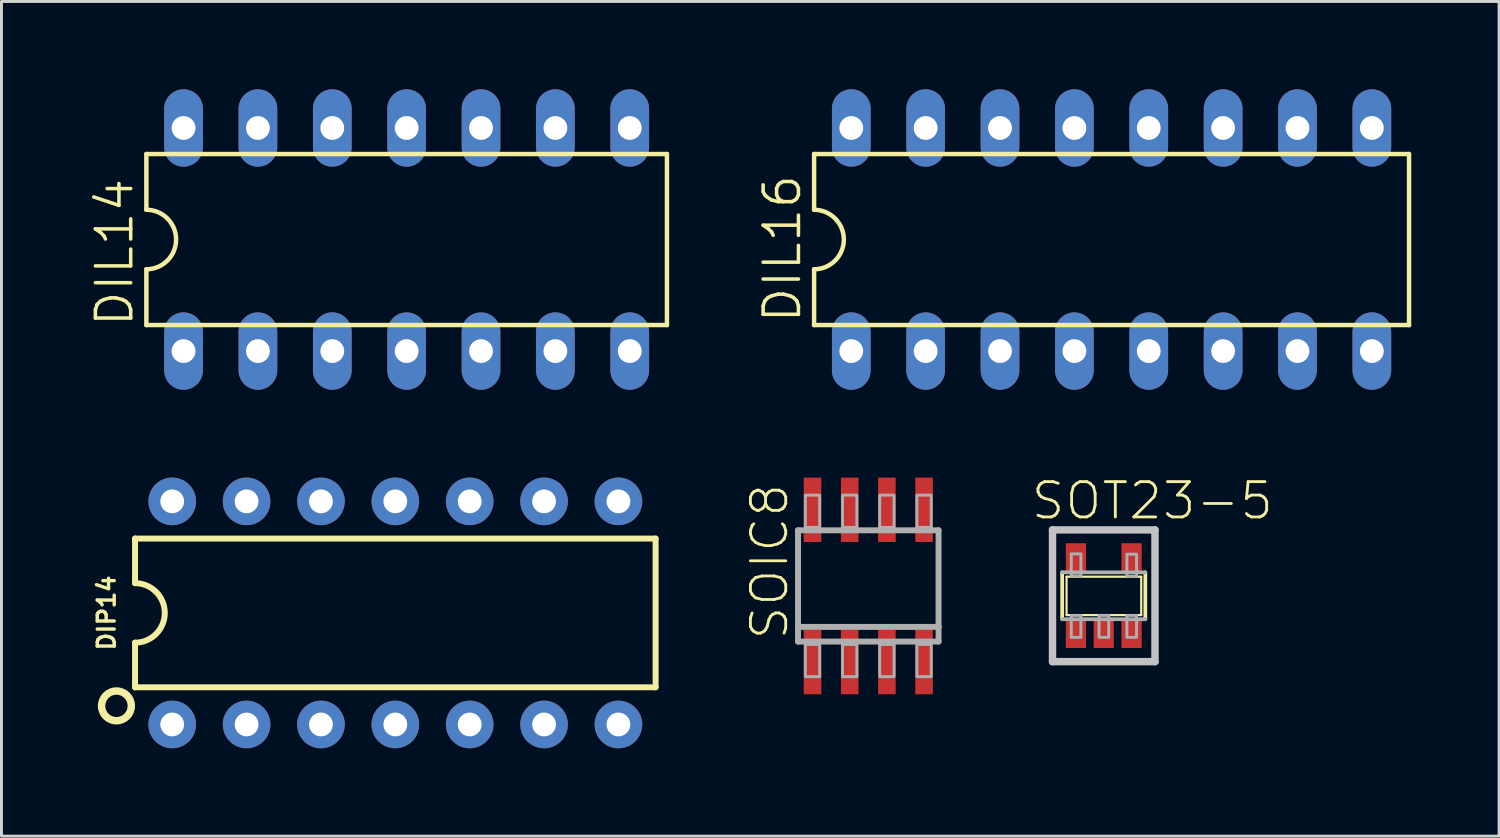
<source format=kicad_pcb>
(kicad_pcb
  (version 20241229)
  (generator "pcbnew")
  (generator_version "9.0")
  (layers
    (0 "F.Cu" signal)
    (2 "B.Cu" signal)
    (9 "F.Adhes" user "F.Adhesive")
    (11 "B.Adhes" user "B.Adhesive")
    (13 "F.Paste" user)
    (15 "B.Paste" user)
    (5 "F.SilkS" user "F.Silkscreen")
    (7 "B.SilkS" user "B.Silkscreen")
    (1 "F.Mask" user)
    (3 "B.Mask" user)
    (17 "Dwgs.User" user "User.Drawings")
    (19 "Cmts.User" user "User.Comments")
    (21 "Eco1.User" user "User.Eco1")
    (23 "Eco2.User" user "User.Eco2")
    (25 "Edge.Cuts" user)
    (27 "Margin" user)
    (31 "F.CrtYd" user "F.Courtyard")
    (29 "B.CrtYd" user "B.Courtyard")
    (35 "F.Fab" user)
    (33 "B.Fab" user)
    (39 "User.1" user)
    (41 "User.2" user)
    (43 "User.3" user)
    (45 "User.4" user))
  (footprint "DIL16"
    (layer "F.Cu")
    (at 34.915 5.131)
    (property "Reference" "DIL16" (at -10.541 2.921 90) (layer "F.SilkS") (effects (font (size 1.206 1.206) (thickness 0.121)) (justify left bottom)))
    (attr through_hole)
    (fp_line (start -10.16 -2.921) (end -10.16 -1.016) (stroke (width 0.152) (type solid)) (layer "F.SilkS"))
    (fp_line (start -10.16 2.921) (end -10.16 1.016) (stroke (width 0.152) (type solid)) (layer "F.SilkS"))
    (fp_line (start -10.16 2.921) (end 10.16 2.921) (stroke (width 0.152) (type solid)) (layer "F.SilkS"))
    (fp_line (start 10.16 -2.921) (end -10.16 -2.921) (stroke (width 0.152) (type solid)) (layer "F.SilkS"))
    (fp_line (start 10.16 -2.921) (end 10.16 2.921) (stroke (width 0.152) (type solid)) (layer "F.SilkS"))
    (fp_arc (start -10.16 -1.016) (mid -9.144 0) (end -10.16 1.016) (stroke (width 0.1524) (type solid)) (layer "F.SilkS"))
    (pad "1" thru_hole oval (at -8.89 3.81 90) (size 2.642 1.321) (drill 0.813) (layers "*.Cu" "*.Mask"))
    (pad "2" thru_hole oval (at -6.35 3.81 90) (size 2.642 1.321) (drill 0.813) (layers "*.Cu" "*.Mask"))
    (pad "3" thru_hole oval (at -3.81 3.81 90) (size 2.642 1.321) (drill 0.813) (layers "*.Cu" "*.Mask"))
    (pad "4" thru_hole oval (at -1.27 3.81 90) (size 2.642 1.321) (drill 0.813) (layers "*.Cu" "*.Mask"))
    (pad "5" thru_hole oval (at 1.27 3.81 90) (size 2.642 1.321) (drill 0.813) (layers "*.Cu" "*.Mask"))
    (pad "6" thru_hole oval (at 3.81 3.81 90) (size 2.642 1.321) (drill 0.813) (layers "*.Cu" "*.Mask"))
    (pad "7" thru_hole oval (at 6.35 3.81 90) (size 2.642 1.321) (drill 0.813) (layers "*.Cu" "*.Mask"))
    (pad "8" thru_hole oval (at 8.89 3.81 90) (size 2.642 1.321) (drill 0.813) (layers "*.Cu" "*.Mask"))
    (pad "9" thru_hole oval (at 8.89 -3.81 90) (size 2.642 1.321) (drill 0.813) (layers "*.Cu" "*.Mask"))
    (pad "10" thru_hole oval (at 6.35 -3.81 90) (size 2.642 1.321) (drill 0.813) (layers "*.Cu" "*.Mask"))
    (pad "11" thru_hole oval (at 3.81 -3.81 90) (size 2.642 1.321) (drill 0.813) (layers "*.Cu" "*.Mask"))
    (pad "12" thru_hole oval (at 1.27 -3.81 90) (size 2.642 1.321) (drill 0.813) (layers "*.Cu" "*.Mask"))
    (pad "13" thru_hole oval (at -1.27 -3.81 90) (size 2.642 1.321) (drill 0.813) (layers "*.Cu" "*.Mask"))
    (pad "14" thru_hole oval (at -3.81 -3.81 90) (size 2.642 1.321) (drill 0.813) (layers "*.Cu" "*.Mask"))
    (pad "15" thru_hole oval (at -6.35 -3.81 90) (size 2.642 1.321) (drill 0.813) (layers "*.Cu" "*.Mask"))
    (pad "16" thru_hole oval (at -8.89 -3.81 90) (size 2.642 1.321) (drill 0.813) (layers "*.Cu" "*.Mask")))
  (footprint "DIP14"
    (layer "F.Cu")
    (at 10.452 17.884)
    (property "Reference" "DIP14" (at -9.525 0 90) (layer "F.SilkS") (effects (font (size 0.579 0.579) (thickness 0.116)) (justify bottom)))
    (attr through_hole)
    (fp_line (start -8.89 -2.54) (end -8.89 -1.016) (stroke (width 0.203) (type solid)) (layer "F.SilkS"))
    (fp_line (start -8.89 2.54) (end -8.89 1.016) (stroke (width 0.203) (type solid)) (layer "F.SilkS"))
    (fp_line (start -8.89 2.54) (end 8.89 2.54) (stroke (width 0.203) (type solid)) (layer "F.SilkS"))
    (fp_line (start 8.89 -2.54) (end -8.89 -2.54) (stroke (width 0.203) (type solid)) (layer "F.SilkS"))
    (fp_line (start 8.89 -2.54) (end 8.89 2.54) (stroke (width 0.203) (type solid)) (layer "F.SilkS"))
    (fp_arc (start -8.89 -1.016) (mid -7.874 0) (end -8.89 1.016) (stroke (width 0.2032) (type solid)) (layer "F.SilkS"))
    (fp_circle (center -9.525 3.175) (end -9.017 3.175) (stroke (width 0.254) (type solid)) (fill no) (layer "F.SilkS"))
    (pad "1" thru_hole circle (at -7.62 3.81 90) (size 1.626 1.626) (drill 0.813) (layers "*.Cu" "*.Mask"))
    (pad "2" thru_hole circle (at -5.08 3.81 90) (size 1.626 1.626) (drill 0.813) (layers "*.Cu" "*.Mask"))
    (pad "3" thru_hole circle (at -2.54 3.81 90) (size 1.626 1.626) (drill 0.813) (layers "*.Cu" "*.Mask"))
    (pad "4" thru_hole circle (at 0 3.81 90) (size 1.626 1.626) (drill 0.813) (layers "*.Cu" "*.Mask"))
    (pad "5" thru_hole circle (at 2.54 3.81 90) (size 1.626 1.626) (drill 0.813) (layers "*.Cu" "*.Mask"))
    (pad "6" thru_hole circle (at 5.08 3.81 90) (size 1.626 1.626) (drill 0.813) (layers "*.Cu" "*.Mask"))
    (pad "7" thru_hole circle (at 7.62 3.81 90) (size 1.626 1.626) (drill 0.813) (layers "*.Cu" "*.Mask"))
    (pad "8" thru_hole circle (at 7.62 -3.81 90) (size 1.626 1.626) (drill 0.813) (layers "*.Cu" "*.Mask"))
    (pad "9" thru_hole circle (at 5.08 -3.81 90) (size 1.626 1.626) (drill 0.813) (layers "*.Cu" "*.Mask"))
    (pad "10" thru_hole circle (at 2.54 -3.81 90) (size 1.626 1.626) (drill 0.813) (layers "*.Cu" "*.Mask"))
    (pad "11" thru_hole circle (at 0 -3.81 90) (size 1.626 1.626) (drill 0.813) (layers "*.Cu" "*.Mask"))
    (pad "12" thru_hole circle (at -2.54 -3.81 90) (size 1.626 1.626) (drill 0.813) (layers "*.Cu" "*.Mask"))
    (pad "13" thru_hole circle (at -5.08 -3.81 90) (size 1.626 1.626) (drill 0.813) (layers "*.Cu" "*.Mask"))
    (pad "14" thru_hole circle (at -7.62 -3.81 90) (size 1.626 1.626) (drill 0.813) (layers "*.Cu" "*.Mask")))
  (footprint "SOIC8"
    (layer "F.Cu")
    (at 26.606 16.962)
    (property "Reference" "SOIC8" (at -2.667 1.905 270) (layer "F.SilkS") (effects (font (size 1.206 1.206) (thickness 0.097)) (justify left bottom)))
    (attr through_hole)
    (fp_line (start -2.4 -1.9) (end 2.4 -1.9) (stroke (width 0.203) (type solid)) (layer "F.Fab"))
    (fp_line (start -2.4 1.4) (end -2.4 -1.9) (stroke (width 0.203) (type solid)) (layer "F.Fab"))
    (fp_line (start -2.4 1.9) (end -2.4 1.4) (stroke (width 0.203) (type solid)) (layer "F.Fab"))
    (fp_line (start 2.4 -1.9) (end 2.4 1.4) (stroke (width 0.203) (type solid)) (layer "F.Fab"))
    (fp_line (start 2.4 1.4) (end -2.4 1.4) (stroke (width 0.203) (type solid)) (layer "F.Fab"))
    (fp_line (start 2.4 1.4) (end 2.4 1.9) (stroke (width 0.203) (type solid)) (layer "F.Fab"))
    (fp_line (start 2.4 1.9) (end -2.4 1.9) (stroke (width 0.203) (type solid)) (layer "F.Fab"))
    (fp_poly (pts (xy -2.15 -2) (xy -1.66 -2) (xy -1.66 -3.1) (xy -2.15 -3.1)) (stroke (width 0.1) (type solid)) (fill no) (layer "F.Fab"))
    (fp_poly (pts (xy -2.15 3.1) (xy -1.66 3.1) (xy -1.66 2) (xy -2.15 2)) (stroke (width 0.1) (type solid)) (fill no) (layer "F.Fab"))
    (fp_poly (pts (xy -0.88 -2) (xy -0.39 -2) (xy -0.39 -3.1) (xy -0.88 -3.1)) (stroke (width 0.1) (type solid)) (fill no) (layer "F.Fab"))
    (fp_poly (pts (xy -0.88 3.1) (xy -0.39 3.1) (xy -0.39 2) (xy -0.88 2)) (stroke (width 0.1) (type solid)) (fill no) (layer "F.Fab"))
    (fp_poly (pts (xy 0.39 -2) (xy 0.88 -2) (xy 0.88 -3.1) (xy 0.39 -3.1)) (stroke (width 0.1) (type solid)) (fill no) (layer "F.Fab"))
    (fp_poly (pts (xy 0.39 3.1) (xy 0.88 3.1) (xy 0.88 2) (xy 0.39 2)) (stroke (width 0.1) (type solid)) (fill no) (layer "F.Fab"))
    (fp_poly (pts (xy 1.66 -2) (xy 2.15 -2) (xy 2.15 -3.1) (xy 1.66 -3.1)) (stroke (width 0.1) (type solid)) (fill no) (layer "F.Fab"))
    (fp_poly (pts (xy 1.66 3.1) (xy 2.15 3.1) (xy 2.15 2) (xy 1.66 2)) (stroke (width 0.1) (type solid)) (fill no) (layer "F.Fab"))
    (pad "1" smd rect (at -1.905 2.6) (size 0.6 2.2) (layers "F.Cu" "F.Mask" "F.Paste"))
    (pad "2" smd rect (at -0.635 2.6) (size 0.6 2.2) (layers "F.Cu" "F.Mask" "F.Paste"))
    (pad "3" smd rect (at 0.635 2.6) (size 0.6 2.2) (layers "F.Cu" "F.Mask" "F.Paste"))
    (pad "4" smd rect (at 1.905 2.6) (size 0.6 2.2) (layers "F.Cu" "F.Mask" "F.Paste"))
    (pad "5" smd rect (at 1.905 -2.6) (size 0.6 2.2) (layers "F.Cu" "F.Mask" "F.Paste"))
    (pad "6" smd rect (at 0.635 -2.6) (size 0.6 2.2) (layers "F.Cu" "F.Mask" "F.Paste"))
    (pad "7" smd rect (at -0.635 -2.6) (size 0.6 2.2) (layers "F.Cu" "F.Mask" "F.Paste"))
    (pad "8" smd rect (at -1.905 -2.6) (size 0.6 2.2) (layers "F.Cu" "F.Mask" "F.Paste")))
  (footprint "DIL14"
    (layer "F.Cu")
    (at 10.839 5.131)
    (property "Reference" "DIL14" (at -9.271 3.048 270) (layer "F.SilkS") (effects (font (size 1.206 1.206) (thickness 0.121)) (justify left bottom)))
    (attr through_hole)
    (fp_line (start -8.89 -2.921) (end -8.89 -1.016) (stroke (width 0.152) (type solid)) (layer "F.SilkS"))
    (fp_line (start -8.89 2.921) (end -8.89 1.016) (stroke (width 0.152) (type solid)) (layer "F.SilkS"))
    (fp_line (start -8.89 2.921) (end 8.89 2.921) (stroke (width 0.152) (type solid)) (layer "F.SilkS"))
    (fp_line (start 8.89 -2.921) (end -8.89 -2.921) (stroke (width 0.152) (type solid)) (layer "F.SilkS"))
    (fp_line (start 8.89 -2.921) (end 8.89 2.921) (stroke (width 0.152) (type solid)) (layer "F.SilkS"))
    (fp_arc (start -8.89 -1.016) (mid -7.874 0) (end -8.89 1.016) (stroke (width 0.1524) (type solid)) (layer "F.SilkS"))
    (pad "1" thru_hole oval (at -7.62 3.81 90) (size 2.642 1.321) (drill 0.813) (layers "*.Cu" "*.Mask"))
    (pad "2" thru_hole oval (at -5.08 3.81 90) (size 2.642 1.321) (drill 0.813) (layers "*.Cu" "*.Mask"))
    (pad "3" thru_hole oval (at -2.54 3.81 90) (size 2.642 1.321) (drill 0.813) (layers "*.Cu" "*.Mask"))
    (pad "4" thru_hole oval (at 0 3.81 90) (size 2.642 1.321) (drill 0.813) (layers "*.Cu" "*.Mask"))
    (pad "5" thru_hole oval (at 2.54 3.81 90) (size 2.642 1.321) (drill 0.813) (layers "*.Cu" "*.Mask"))
    (pad "6" thru_hole oval (at 5.08 3.81 90) (size 2.642 1.321) (drill 0.813) (layers "*.Cu" "*.Mask"))
    (pad "7" thru_hole oval (at 7.62 3.81 90) (size 2.642 1.321) (drill 0.813) (layers "*.Cu" "*.Mask"))
    (pad "8" thru_hole oval (at 7.62 -3.81 90) (size 2.642 1.321) (drill 0.813) (layers "*.Cu" "*.Mask"))
    (pad "9" thru_hole oval (at 5.08 -3.81 90) (size 2.642 1.321) (drill 0.813) (layers "*.Cu" "*.Mask"))
    (pad "10" thru_hole oval (at 2.54 -3.81 90) (size 2.642 1.321) (drill 0.813) (layers "*.Cu" "*.Mask"))
    (pad "11" thru_hole oval (at 0 -3.81 90) (size 2.642 1.321) (drill 0.813) (layers "*.Cu" "*.Mask"))
    (pad "12" thru_hole oval (at -2.54 -3.81 90) (size 2.642 1.321) (drill 0.813) (layers "*.Cu" "*.Mask"))
    (pad "13" thru_hole oval (at -5.08 -3.81 90) (size 2.642 1.321) (drill 0.813) (layers "*.Cu" "*.Mask"))
    (pad "14" thru_hole oval (at -7.62 -3.81 90) (size 2.642 1.321) (drill 0.813) (layers "*.Cu" "*.Mask")))
  (footprint "SOT23-5"
    (layer "F.Cu")
    (at 34.648 17.298)
    (property "Reference" "SOT23-5" (at -2.54 -2.54 0) (layer "F.SilkS") (effects (font (size 1.206 1.206) (thickness 0.097)) (justify left bottom)))
    (attr through_hole)
    (fp_line (start -1.42 0.8) (end -1.42 -0.8) (stroke (width 0.127) (type solid)) (layer "F.SilkS"))
    (fp_line (start -1.27 -0.65) (end 1.28 -0.65) (stroke (width 0.075) (type solid)) (layer "F.SilkS"))
    (fp_line (start -1.27 0.66) (end -1.27 -0.65) (stroke (width 0.075) (type solid)) (layer "F.SilkS"))
    (fp_line (start 0 1.29) (end 0 1.3) (stroke (width 0.01) (type solid)) (layer "F.SilkS"))
    (fp_line (start 1.28 -0.65) (end 1.28 0.66) (stroke (width 0.075) (type solid)) (layer "F.SilkS"))
    (fp_line (start 1.28 0.66) (end -1.27 0.66) (stroke (width 0.075) (type solid)) (layer "F.SilkS"))
    (fp_line (start 1.42 -0.8) (end 1.42 0.8) (stroke (width 0.127) (type solid)) (layer "F.SilkS"))
    (fp_line (start -1.75 -2.25) (end 1.75 -2.25) (stroke (width 0.254) (type solid)) (layer "Dwgs.User"))
    (fp_line (start -1.75 2.25) (end -1.75 -2.25) (stroke (width 0.254) (type solid)) (layer "Dwgs.User"))
    (fp_line (start 1.75 -2.25) (end 1.75 2.25) (stroke (width 0.254) (type solid)) (layer "Dwgs.User"))
    (fp_line (start 1.75 2.25) (end -1.75 2.25) (stroke (width 0.254) (type solid)) (layer "Dwgs.User"))
    (fp_line (start -1.42 -0.8) (end 1.42 -0.8) (stroke (width 0.127) (type solid)) (layer "F.Fab"))
    (fp_line (start 1.42 0.8) (end -1.42 0.8) (stroke (width 0.127) (type solid)) (layer "F.Fab"))
    (fp_poly (pts (xy -1.11 -0.68) (xy -0.78 -0.68) (xy -0.78 -1.43) (xy -1.11 -1.43)) (stroke (width 0.1) (type solid)) (fill no) (layer "F.Fab"))
    (fp_poly (pts (xy -1.11 1.42) (xy -0.78 1.42) (xy -0.78 0.67) (xy -1.11 0.67)) (stroke (width 0.1) (type solid)) (fill no) (layer "F.Fab"))
    (fp_poly (pts (xy -0.16 1.42) (xy 0.17 1.42) (xy 0.17 0.67) (xy -0.16 0.67)) (stroke (width 0.1) (type solid)) (fill no) (layer "F.Fab"))
    (fp_poly (pts (xy 0.79 -0.67) (xy 1.12 -0.67) (xy 1.12 -1.42) (xy 0.79 -1.42)) (stroke (width 0.1) (type solid)) (fill no) (layer "F.Fab"))
    (fp_poly (pts (xy 0.79 1.42) (xy 1.12 1.42) (xy 1.12 0.67) (xy 0.79 0.67)) (stroke (width 0.1) (type solid)) (fill no) (layer "F.Fab"))
    (pad "1" smd rect (at -0.95 1.29) (size 0.69 0.99) (layers "F.Cu" "F.Mask" "F.Paste"))
    (pad "2" smd rect (at 0 1.29) (size 0.69 0.99) (layers "F.Cu" "F.Mask" "F.Paste"))
    (pad "3" smd rect (at 0.95 1.29) (size 0.69 0.99) (layers "F.Cu" "F.Mask" "F.Paste"))
    (pad "4" smd rect (at 0.95 -1.3) (size 0.69 0.99) (layers "F.Cu" "F.Mask" "F.Paste"))
    (pad "5" smd rect (at -0.95 -1.3) (size 0.69 0.99) (layers "F.Cu" "F.Mask" "F.Paste")))
  (gr_rect
    (start -3 -3)
    (end 48.151 25.507)
    (stroke (width 0.1) (type default))
    (fill no)
    (layer "Edge.Cuts")))
</source>
